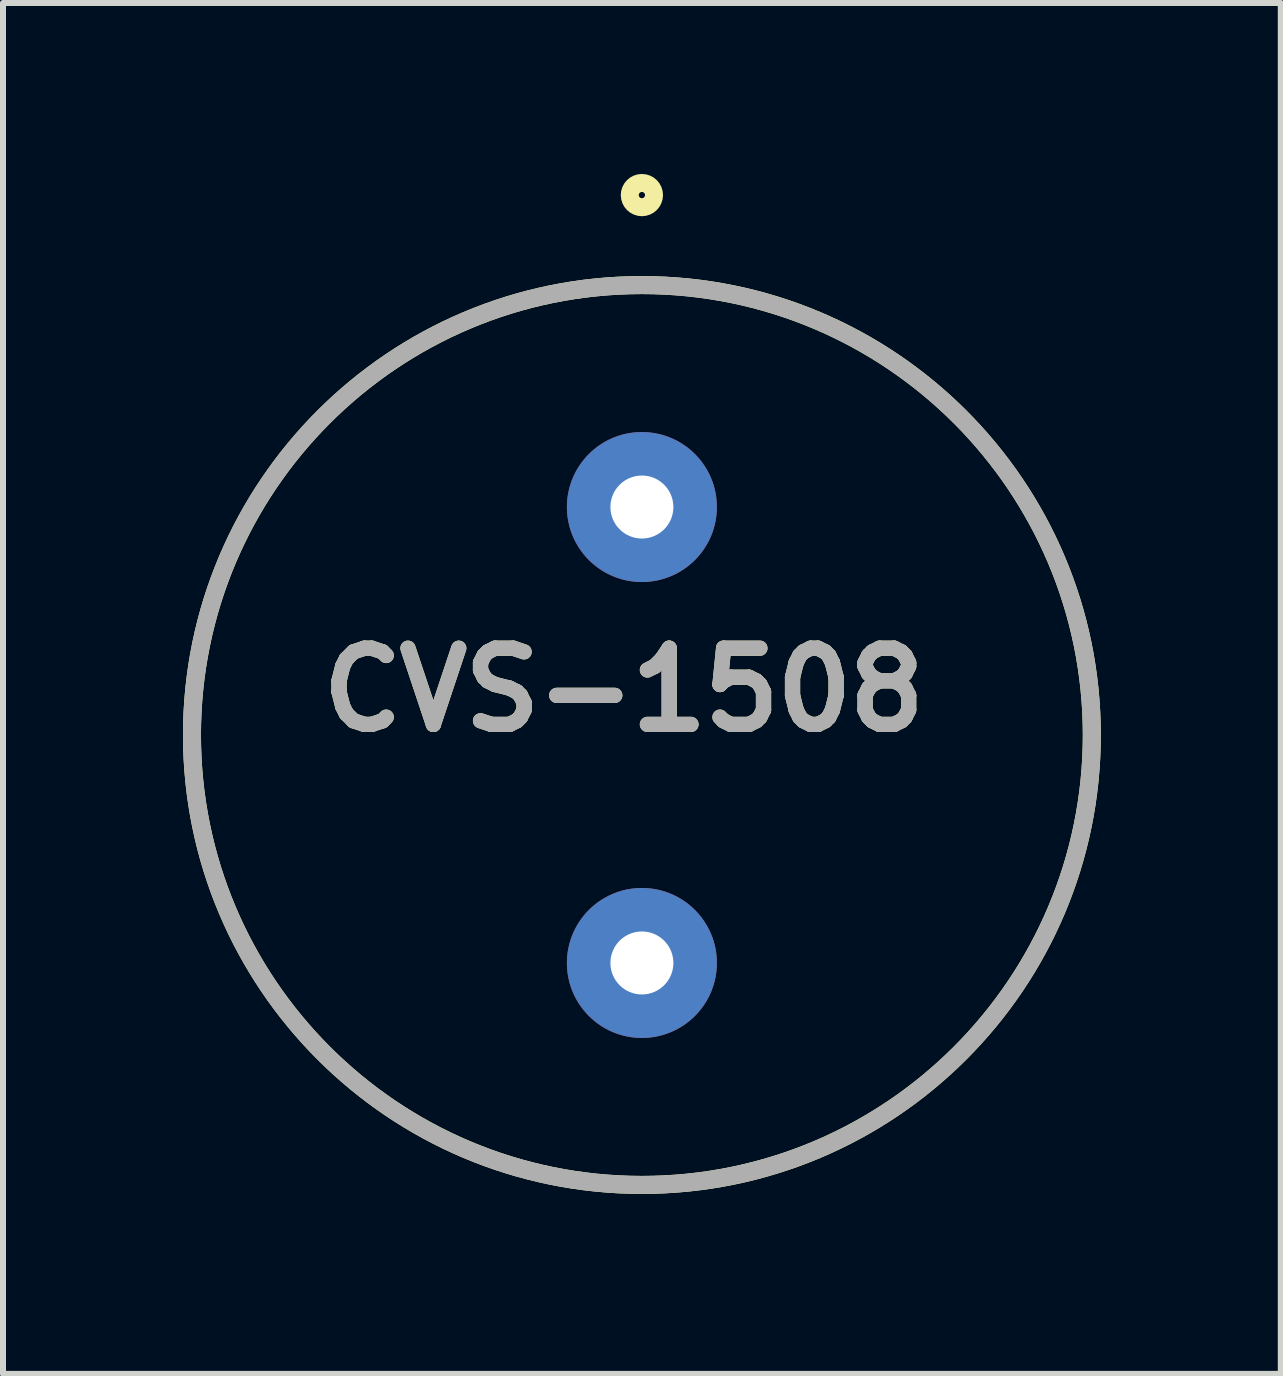
<source format=kicad_pcb>
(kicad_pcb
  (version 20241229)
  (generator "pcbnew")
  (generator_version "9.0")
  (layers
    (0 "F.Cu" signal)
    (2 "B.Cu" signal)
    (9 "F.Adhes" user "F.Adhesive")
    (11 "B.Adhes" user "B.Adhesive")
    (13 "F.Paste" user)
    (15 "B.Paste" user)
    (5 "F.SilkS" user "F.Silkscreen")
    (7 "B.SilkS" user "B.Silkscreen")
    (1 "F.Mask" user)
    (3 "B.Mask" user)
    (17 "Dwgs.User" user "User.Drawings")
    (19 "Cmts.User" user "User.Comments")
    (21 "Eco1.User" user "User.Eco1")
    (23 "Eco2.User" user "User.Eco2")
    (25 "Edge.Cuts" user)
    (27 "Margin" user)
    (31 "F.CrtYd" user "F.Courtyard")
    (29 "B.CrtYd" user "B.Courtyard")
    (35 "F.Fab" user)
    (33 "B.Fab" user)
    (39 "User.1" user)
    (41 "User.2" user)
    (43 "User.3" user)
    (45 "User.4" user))
  (footprint "CVS-1508"
    (layer "F.Cu")
    (at 7.65 9.202)
    (property "Reference" "CVS-1508" (at -0.301 -0.751 0) (layer "F.SilkS") (effects (font (size 1.27 1.27) (thickness 0.254))))
    (attr through_hole)
    (fp_circle (center 0 -9) (end 0 -8.948) (stroke (width 0.3) (type solid)) (fill no) (layer "F.SilkS"))
    (fp_circle (center 0 0) (end 0 7.5) (stroke (width 0.3) (type solid)) (fill no) (layer "F.SilkS"))
    (fp_circle (center 0 0) (end 0 7.5) (stroke (width 0.3) (type solid)) (fill no) (layer "F.Fab"))
    (fp_text user "${REFERENCE}" (at -0.301 -0.751 0) (layer "F.Fab") (effects (font (size 1.27 1.27) (thickness 0.254))))
    (pad "1" thru_hole circle (at 0 -3.8) (size 2.5 2.5) (drill 1.05) (layers "*.Cu" "*.Mask"))
    (pad "2" thru_hole circle (at 0 3.8) (size 2.5 2.5) (drill 1.05) (layers "*.Cu" "*.Mask")))
  (gr_rect
    (start -3 -3)
    (end 18.3 19.852)
    (stroke (width 0.1) (type default))
    (fill no)
    (layer "Edge.Cuts")))
</source>
